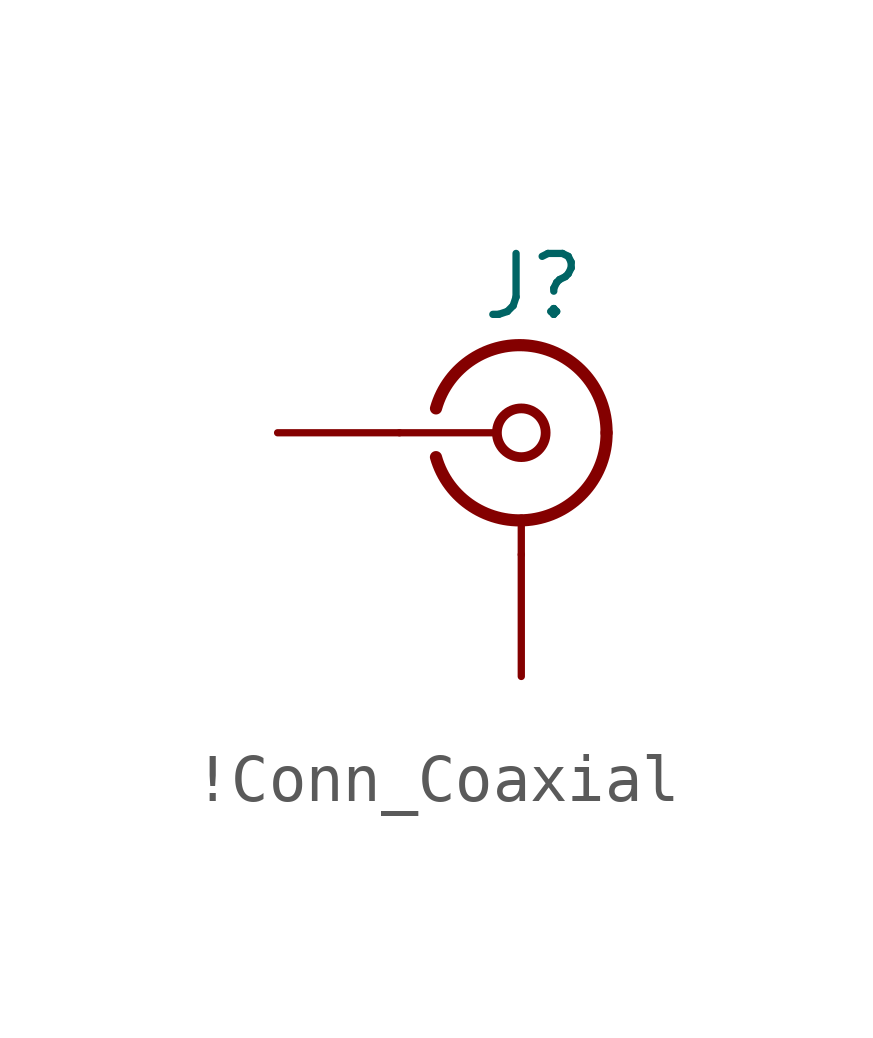
<source format=kicad_sym>
(kicad_symbol_lib
  (version 20241209)
  (generator "kicad_symbol_editor")
  (generator_version "9.0")
  (symbol "!Conn_Coaxial"
    (pin_numbers
      (hide yes))
    (pin_names
      (offset 1.016)
      (hide yes))
    (property "Reference" "J"
      (at 5.334 3.048 0)
      (effects (font (size 1.27 1.27))))
    (symbol "!Conn_Coaxial_0_1"
      (polyline (pts (xy 2.54 0) (xy 4.572 0)) (stroke (width 0) (type default)) (fill (type none)))
      (arc (start 6.858 0) (mid 5.302 -1.8079) (end 3.302 -0.508) (stroke (width 0.254) (type default)) (fill (type none)))
      (arc (start 3.302 0.508) (mid 5.3021 1.8084) (end 6.858 0) (stroke (width 0.254) (type default)) (fill (type none)))
      (circle (center 5.08 0) (radius 0.508) (stroke (width 0.203) (type default)) (fill (type none)))
      (polyline (pts (xy 5.08 -2.54) (xy 5.08 -1.778)) (stroke (width 0) (type default)) (fill (type none))))
    (symbol "!Conn_Coaxial_1_1"
      (pin passive line (at 0 0 0) (length 2.54) (name "In" (effects (font (size 1.27 1.27)))) (number "1" (effects (font (size 1.27 1.27)))))
      (pin passive line (at 5.08 -5.08 90) (length 2.54) (name "Ext" (effects (font (size 1.27 1.27)))) (number "2" (effects (font (size 1.27 1.27))))))))
</source>
